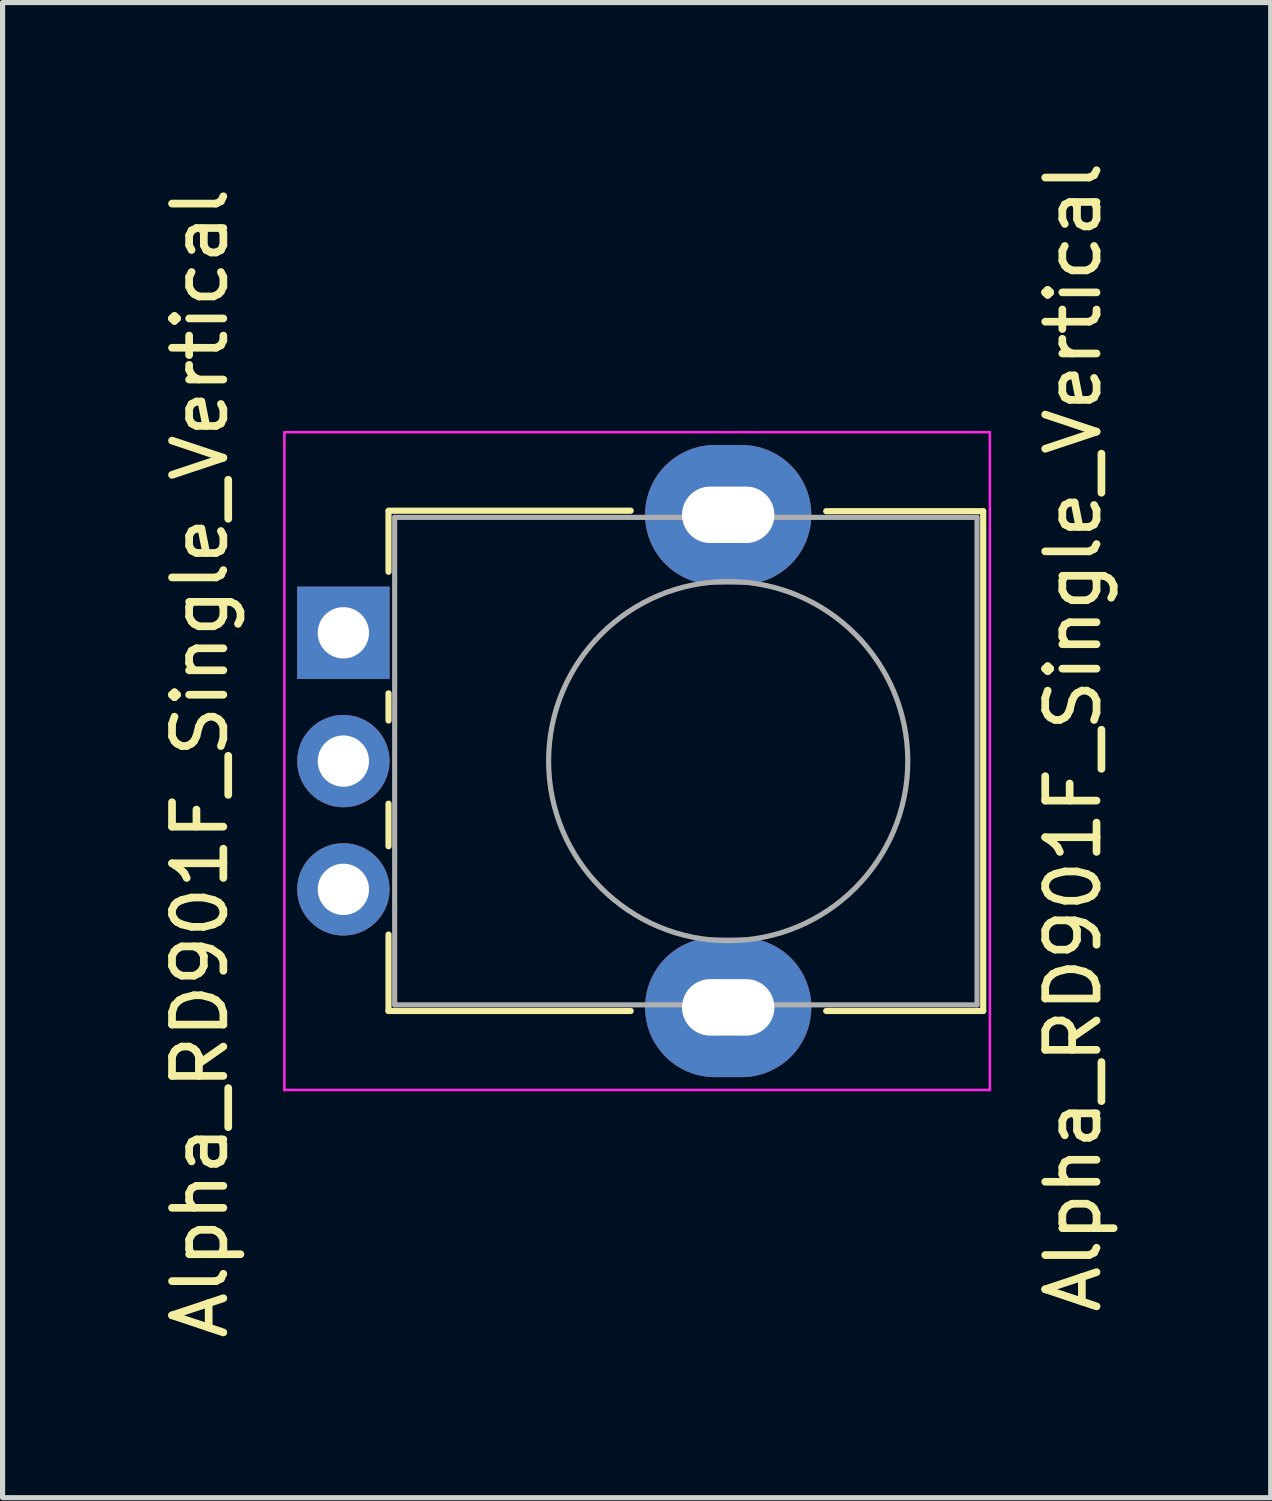
<source format=kicad_pcb>
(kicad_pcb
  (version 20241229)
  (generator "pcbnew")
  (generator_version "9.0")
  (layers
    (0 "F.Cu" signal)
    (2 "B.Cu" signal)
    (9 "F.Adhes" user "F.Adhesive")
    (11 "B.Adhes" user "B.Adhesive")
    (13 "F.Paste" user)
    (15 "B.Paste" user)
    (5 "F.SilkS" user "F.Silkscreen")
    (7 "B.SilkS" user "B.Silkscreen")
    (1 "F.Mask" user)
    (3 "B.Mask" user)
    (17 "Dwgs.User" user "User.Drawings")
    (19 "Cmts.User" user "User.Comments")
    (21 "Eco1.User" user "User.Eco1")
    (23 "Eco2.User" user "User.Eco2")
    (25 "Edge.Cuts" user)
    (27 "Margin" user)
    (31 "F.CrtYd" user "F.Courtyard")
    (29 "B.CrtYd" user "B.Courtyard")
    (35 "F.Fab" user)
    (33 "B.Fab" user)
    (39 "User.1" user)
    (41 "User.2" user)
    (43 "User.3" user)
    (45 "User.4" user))
  (footprint "Alpha_RD901F_Single_Vertical"
    (layer "F.Cu")
    (at 3.642 9.283)
    (property "Reference" "Alpha_RD901F_Single_Vertical" (at 14.224 2.032 270) (layer "F.SilkS") (effects (font (size 1 1) (thickness 0.15))))
    (attr through_hole)
    (fp_line (start 0.88 -2.38) (end 5.6 -2.38) (stroke (width 0.12) (type solid)) (layer "F.SilkS"))
    (fp_line (start 0.88 -1.19) (end 0.88 -2.37) (stroke (width 0.12) (type solid)) (layer "F.SilkS"))
    (fp_line (start 0.88 1.71) (end 0.88 1.18) (stroke (width 0.12) (type solid)) (layer "F.SilkS"))
    (fp_line (start 0.88 4.16) (end 0.88 3.33) (stroke (width 0.12) (type solid)) (layer "F.SilkS"))
    (fp_line (start 0.88 7.37) (end 0.88 5.88) (stroke (width 0.12) (type solid)) (layer "F.SilkS"))
    (fp_line (start 0.88 7.37) (end 5.6 7.37) (stroke (width 0.12) (type solid)) (layer "F.SilkS"))
    (fp_line (start 9.41 -2.37) (end 12.47 -2.37) (stroke (width 0.12) (type solid)) (layer "F.SilkS"))
    (fp_line (start 9.41 7.37) (end 12.47 7.37) (stroke (width 0.12) (type solid)) (layer "F.SilkS"))
    (fp_line (start 12.47 7.37) (end 12.47 -2.37) (stroke (width 0.12) (type solid)) (layer "F.SilkS"))
    (fp_line (start -1.15 -3.91) (end -1.15 8.91) (stroke (width 0.05) (type solid)) (layer "F.CrtYd"))
    (fp_line (start -1.15 8.91) (end 12.6 8.91) (stroke (width 0.05) (type solid)) (layer "F.CrtYd"))
    (fp_line (start 12.6 -3.91) (end -1.15 -3.91) (stroke (width 0.05) (type solid)) (layer "F.CrtYd"))
    (fp_line (start 12.6 8.91) (end 12.6 -3.91) (stroke (width 0.05) (type solid)) (layer "F.CrtYd"))
    (fp_line (start 1 -2.25) (end 12.35 -2.25) (stroke (width 0.1) (type solid)) (layer "F.Fab"))
    (fp_line (start 1 7.25) (end 1 -2.25) (stroke (width 0.1) (type solid)) (layer "F.Fab"))
    (fp_line (start 1 7.25) (end 12.35 7.25) (stroke (width 0.1) (type solid)) (layer "F.Fab"))
    (fp_line (start 12.35 7.25) (end 12.35 -2.25) (stroke (width 0.1) (type solid)) (layer "F.Fab"))
    (fp_circle (center 7.5 2.5) (end 7.5 -1) (stroke (width 0.1) (type solid)) (fill no) (layer "F.Fab"))
    (fp_text user "${REFERENCE}" (at -2.794 2.54 270) (layer "F.SilkS") (effects (font (size 1 1) (thickness 0.15))))
    (pad "" thru_hole oval (at 7.5 -2.3 90) (size 2.72 3.24) (drill oval 1.1 1.8) (layers "*.Cu" "*.Mask"))
    (pad "" thru_hole oval (at 7.5 7.3 90) (size 2.72 3.24) (drill oval 1.1 1.8) (layers "*.Cu" "*.Mask"))
    (pad "1" thru_hole rect (at 0 0 90) (size 1.8 1.8) (drill 1) (layers "*.Cu" "*.Mask"))
    (pad "2" thru_hole circle (at 0 2.5 90) (size 1.8 1.8) (drill 1) (layers "*.Cu" "*.Mask"))
    (pad "3" thru_hole circle (at 0 5 90) (size 1.8 1.8) (drill 1) (layers "*.Cu" "*.Mask")))
  (gr_rect
    (start -3 -3)
    (end 21.715 26.139)
    (stroke (width 0.1) (type default))
    (fill no)
    (layer "Edge.Cuts")))
</source>
